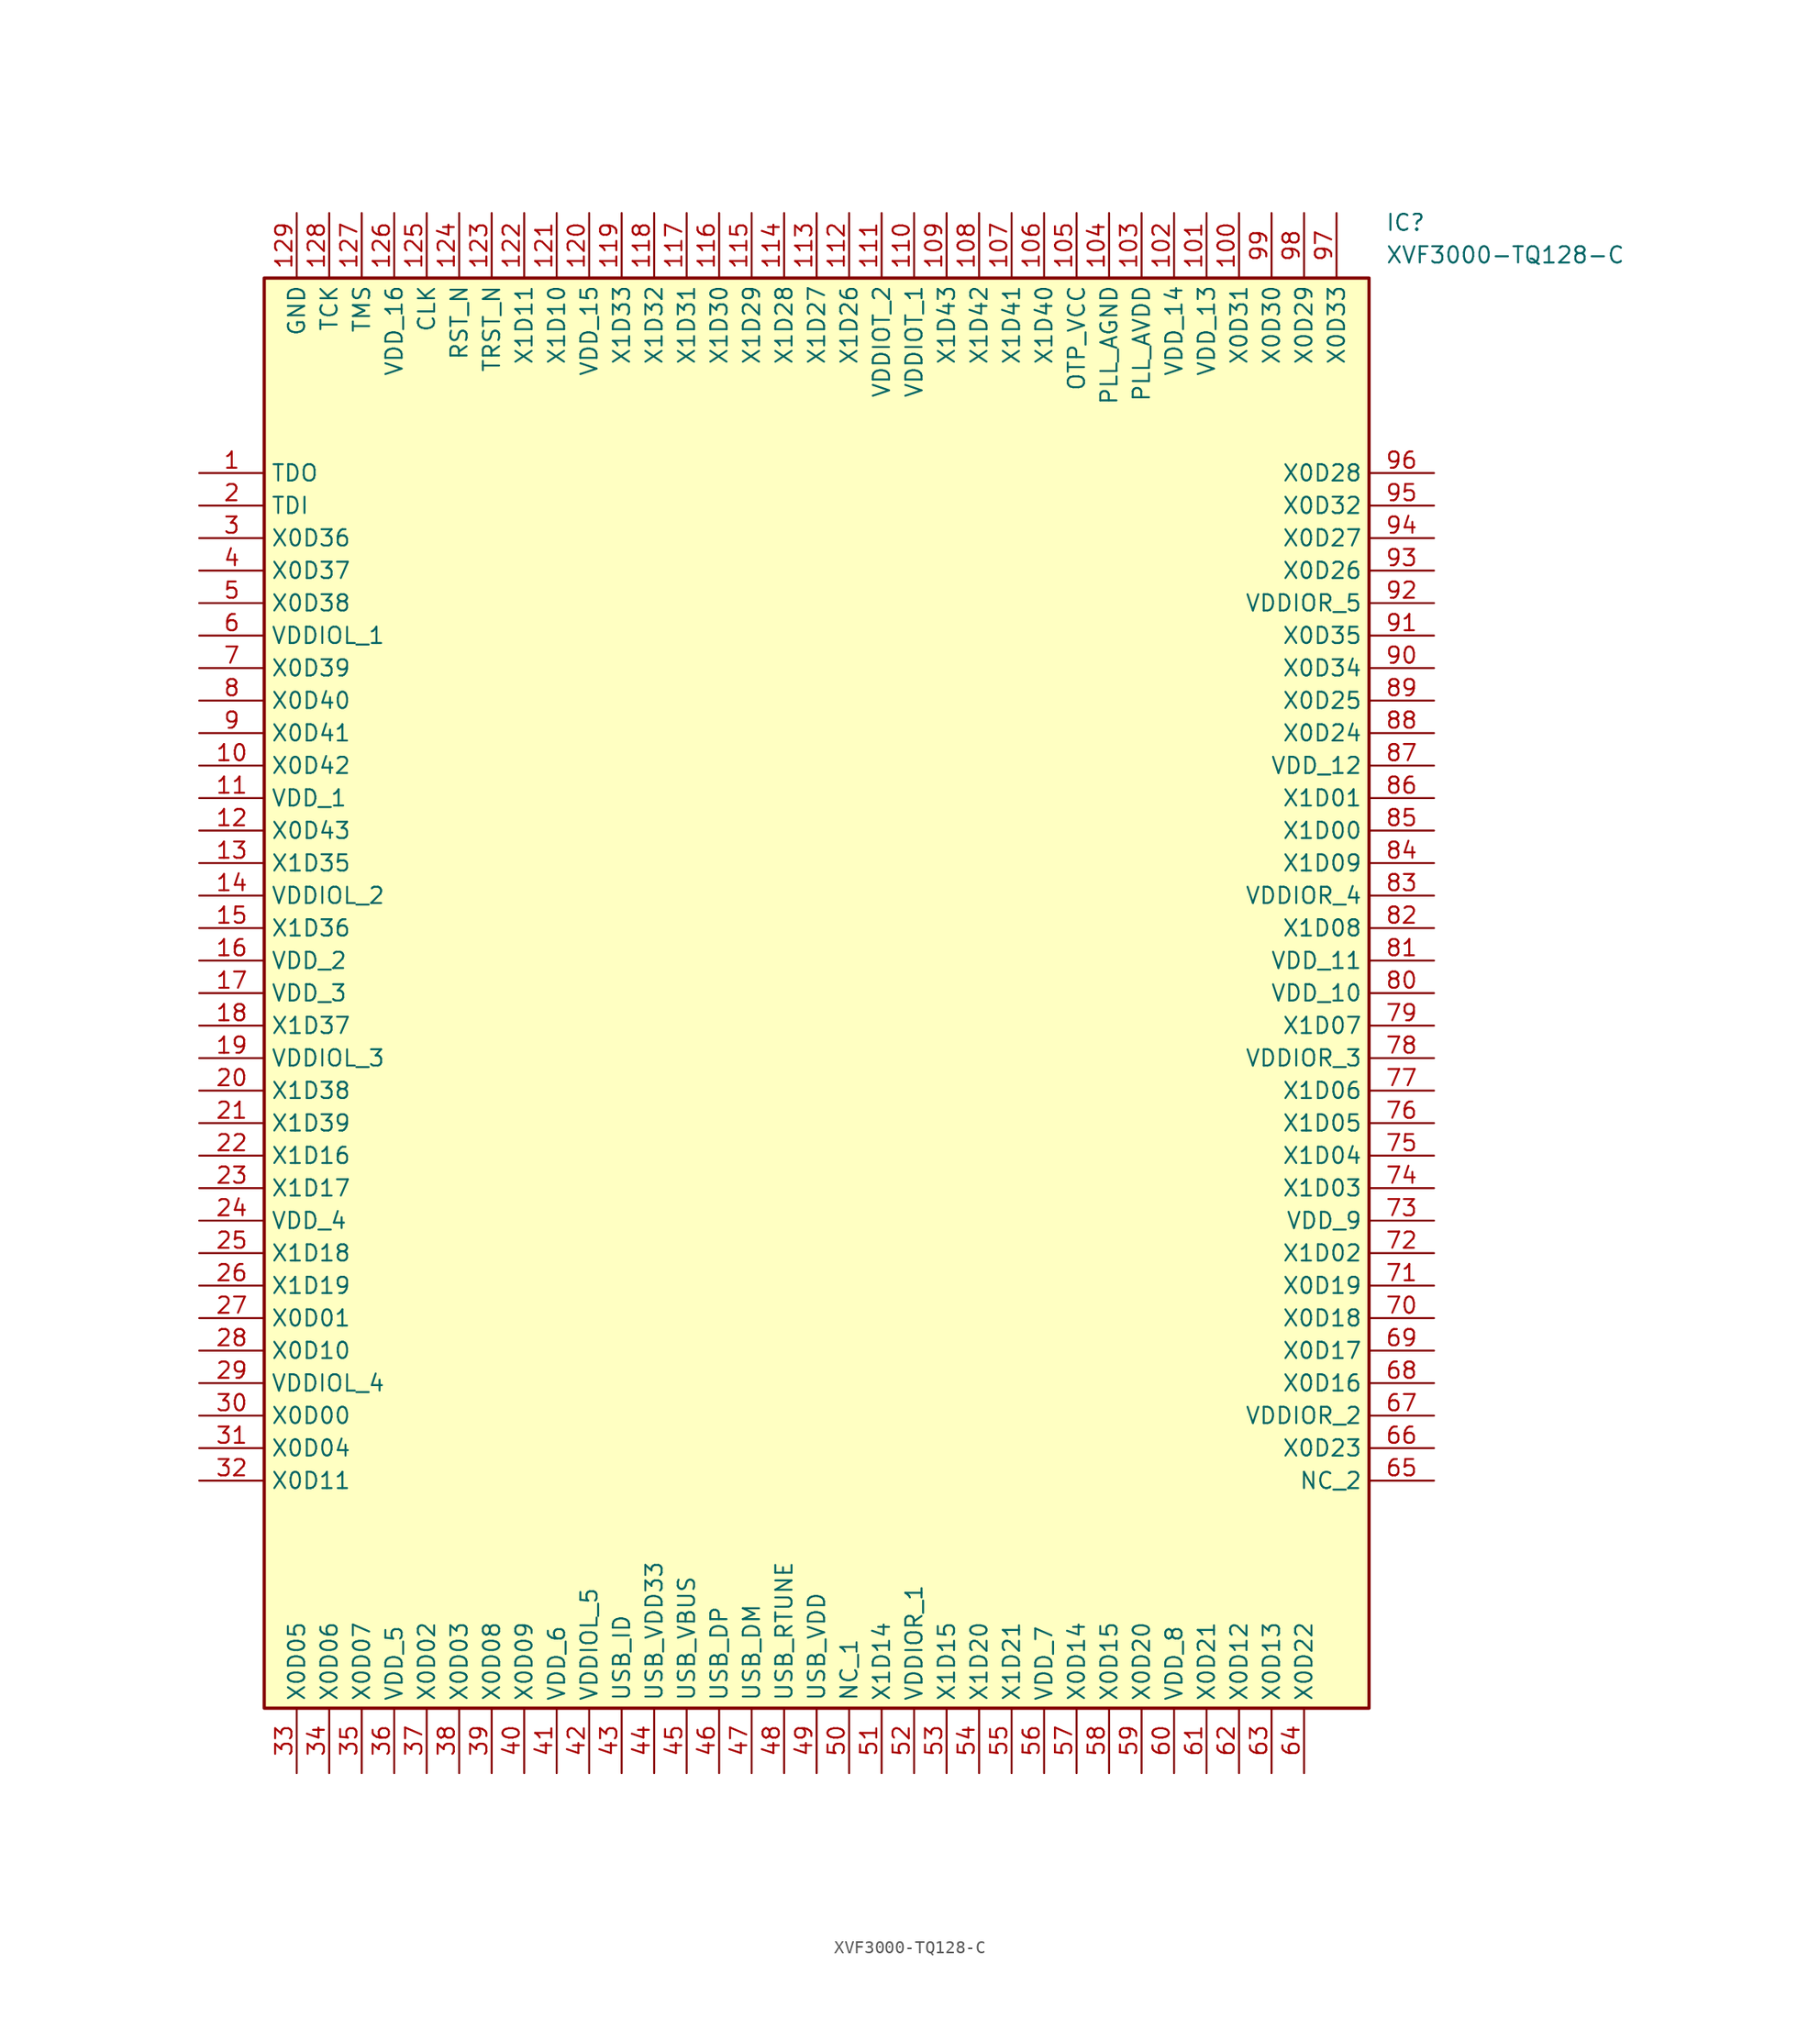
<source format=kicad_sym>
(kicad_symbol_lib
  (version 20211014)
  (generator SamacSys_ECAD_Model)
  (symbol "XVF3000-TQ128-C"
    (property "Reference" "IC"
      (at 92.71 20.32 0)
      (effects (font (size 1.27 1.27)) (justify left top)))
    (property "Value" "XVF3000-TQ128-C"
      (at 92.71 17.78 0)
      (effects (font (size 1.27 1.27)) (justify left top)))
    (rectangle
      (start 5.08 15.24)
      (end 91.44 -96.52)
      (stroke (width 0.254) (type default))
      (fill (type background)))
    (pin passive line
      (at 0 0 0)
      (length 5.08)
      (name "TDO" (effects (font (size 1.27 1.27))))
      (number "1" (effects (font (size 1.27 1.27)))))
    (pin passive line
      (at 0 -2.54 0)
      (length 5.08)
      (name "TDI" (effects (font (size 1.27 1.27))))
      (number "2" (effects (font (size 1.27 1.27)))))
    (pin passive line
      (at 0 -5.08 0)
      (length 5.08)
      (name "X0D36" (effects (font (size 1.27 1.27))))
      (number "3" (effects (font (size 1.27 1.27)))))
    (pin passive line
      (at 0 -7.62 0)
      (length 5.08)
      (name "X0D37" (effects (font (size 1.27 1.27))))
      (number "4" (effects (font (size 1.27 1.27)))))
    (pin passive line
      (at 0 -10.16 0)
      (length 5.08)
      (name "X0D38" (effects (font (size 1.27 1.27))))
      (number "5" (effects (font (size 1.27 1.27)))))
    (pin passive line
      (at 0 -12.7 0)
      (length 5.08)
      (name "VDDIOL_1" (effects (font (size 1.27 1.27))))
      (number "6" (effects (font (size 1.27 1.27)))))
    (pin passive line
      (at 0 -15.24 0)
      (length 5.08)
      (name "X0D39" (effects (font (size 1.27 1.27))))
      (number "7" (effects (font (size 1.27 1.27)))))
    (pin passive line
      (at 0 -17.78 0)
      (length 5.08)
      (name "X0D40" (effects (font (size 1.27 1.27))))
      (number "8" (effects (font (size 1.27 1.27)))))
    (pin passive line
      (at 0 -20.32 0)
      (length 5.08)
      (name "X0D41" (effects (font (size 1.27 1.27))))
      (number "9" (effects (font (size 1.27 1.27)))))
    (pin passive line
      (at 0 -22.86 0)
      (length 5.08)
      (name "X0D42" (effects (font (size 1.27 1.27))))
      (number "10" (effects (font (size 1.27 1.27)))))
    (pin passive line
      (at 0 -25.4 0)
      (length 5.08)
      (name "VDD_1" (effects (font (size 1.27 1.27))))
      (number "11" (effects (font (size 1.27 1.27)))))
    (pin passive line
      (at 0 -27.94 0)
      (length 5.08)
      (name "X0D43" (effects (font (size 1.27 1.27))))
      (number "12" (effects (font (size 1.27 1.27)))))
    (pin passive line
      (at 0 -30.48 0)
      (length 5.08)
      (name "X1D35" (effects (font (size 1.27 1.27))))
      (number "13" (effects (font (size 1.27 1.27)))))
    (pin passive line
      (at 0 -33.02 0)
      (length 5.08)
      (name "VDDIOL_2" (effects (font (size 1.27 1.27))))
      (number "14" (effects (font (size 1.27 1.27)))))
    (pin passive line
      (at 0 -35.56 0)
      (length 5.08)
      (name "X1D36" (effects (font (size 1.27 1.27))))
      (number "15" (effects (font (size 1.27 1.27)))))
    (pin passive line
      (at 0 -38.1 0)
      (length 5.08)
      (name "VDD_2" (effects (font (size 1.27 1.27))))
      (number "16" (effects (font (size 1.27 1.27)))))
    (pin passive line
      (at 0 -40.64 0)
      (length 5.08)
      (name "VDD_3" (effects (font (size 1.27 1.27))))
      (number "17" (effects (font (size 1.27 1.27)))))
    (pin passive line
      (at 0 -43.18 0)
      (length 5.08)
      (name "X1D37" (effects (font (size 1.27 1.27))))
      (number "18" (effects (font (size 1.27 1.27)))))
    (pin passive line
      (at 0 -45.72 0)
      (length 5.08)
      (name "VDDIOL_3" (effects (font (size 1.27 1.27))))
      (number "19" (effects (font (size 1.27 1.27)))))
    (pin passive line
      (at 0 -48.26 0)
      (length 5.08)
      (name "X1D38" (effects (font (size 1.27 1.27))))
      (number "20" (effects (font (size 1.27 1.27)))))
    (pin passive line
      (at 0 -50.8 0)
      (length 5.08)
      (name "X1D39" (effects (font (size 1.27 1.27))))
      (number "21" (effects (font (size 1.27 1.27)))))
    (pin passive line
      (at 0 -53.34 0)
      (length 5.08)
      (name "X1D16" (effects (font (size 1.27 1.27))))
      (number "22" (effects (font (size 1.27 1.27)))))
    (pin passive line
      (at 0 -55.88 0)
      (length 5.08)
      (name "X1D17" (effects (font (size 1.27 1.27))))
      (number "23" (effects (font (size 1.27 1.27)))))
    (pin passive line
      (at 0 -58.42 0)
      (length 5.08)
      (name "VDD_4" (effects (font (size 1.27 1.27))))
      (number "24" (effects (font (size 1.27 1.27)))))
    (pin passive line
      (at 0 -60.96 0)
      (length 5.08)
      (name "X1D18" (effects (font (size 1.27 1.27))))
      (number "25" (effects (font (size 1.27 1.27)))))
    (pin passive line
      (at 0 -63.5 0)
      (length 5.08)
      (name "X1D19" (effects (font (size 1.27 1.27))))
      (number "26" (effects (font (size 1.27 1.27)))))
    (pin passive line
      (at 0 -66.04 0)
      (length 5.08)
      (name "X0D01" (effects (font (size 1.27 1.27))))
      (number "27" (effects (font (size 1.27 1.27)))))
    (pin passive line
      (at 0 -68.58 0)
      (length 5.08)
      (name "X0D10" (effects (font (size 1.27 1.27))))
      (number "28" (effects (font (size 1.27 1.27)))))
    (pin passive line
      (at 0 -71.12 0)
      (length 5.08)
      (name "VDDIOL_4" (effects (font (size 1.27 1.27))))
      (number "29" (effects (font (size 1.27 1.27)))))
    (pin passive line
      (at 0 -73.66 0)
      (length 5.08)
      (name "X0D00" (effects (font (size 1.27 1.27))))
      (number "30" (effects (font (size 1.27 1.27)))))
    (pin passive line
      (at 0 -76.2 0)
      (length 5.08)
      (name "X0D04" (effects (font (size 1.27 1.27))))
      (number "31" (effects (font (size 1.27 1.27)))))
    (pin passive line
      (at 0 -78.74 0)
      (length 5.08)
      (name "X0D11" (effects (font (size 1.27 1.27))))
      (number "32" (effects (font (size 1.27 1.27)))))
    (pin passive line
      (at 7.62 -101.6 90)
      (length 5.08)
      (name "X0D05" (effects (font (size 1.27 1.27))))
      (number "33" (effects (font (size 1.27 1.27)))))
    (pin passive line
      (at 10.16 -101.6 90)
      (length 5.08)
      (name "X0D06" (effects (font (size 1.27 1.27))))
      (number "34" (effects (font (size 1.27 1.27)))))
    (pin passive line
      (at 12.7 -101.6 90)
      (length 5.08)
      (name "X0D07" (effects (font (size 1.27 1.27))))
      (number "35" (effects (font (size 1.27 1.27)))))
    (pin passive line
      (at 15.24 -101.6 90)
      (length 5.08)
      (name "VDD_5" (effects (font (size 1.27 1.27))))
      (number "36" (effects (font (size 1.27 1.27)))))
    (pin passive line
      (at 17.78 -101.6 90)
      (length 5.08)
      (name "X0D02" (effects (font (size 1.27 1.27))))
      (number "37" (effects (font (size 1.27 1.27)))))
    (pin passive line
      (at 20.32 -101.6 90)
      (length 5.08)
      (name "X0D03" (effects (font (size 1.27 1.27))))
      (number "38" (effects (font (size 1.27 1.27)))))
    (pin passive line
      (at 22.86 -101.6 90)
      (length 5.08)
      (name "X0D08" (effects (font (size 1.27 1.27))))
      (number "39" (effects (font (size 1.27 1.27)))))
    (pin passive line
      (at 25.4 -101.6 90)
      (length 5.08)
      (name "X0D09" (effects (font (size 1.27 1.27))))
      (number "40" (effects (font (size 1.27 1.27)))))
    (pin passive line
      (at 27.94 -101.6 90)
      (length 5.08)
      (name "VDD_6" (effects (font (size 1.27 1.27))))
      (number "41" (effects (font (size 1.27 1.27)))))
    (pin passive line
      (at 30.48 -101.6 90)
      (length 5.08)
      (name "VDDIOL_5" (effects (font (size 1.27 1.27))))
      (number "42" (effects (font (size 1.27 1.27)))))
    (pin passive line
      (at 33.02 -101.6 90)
      (length 5.08)
      (name "USB_ID" (effects (font (size 1.27 1.27))))
      (number "43" (effects (font (size 1.27 1.27)))))
    (pin passive line
      (at 35.56 -101.6 90)
      (length 5.08)
      (name "USB_VDD33" (effects (font (size 1.27 1.27))))
      (number "44" (effects (font (size 1.27 1.27)))))
    (pin passive line
      (at 38.1 -101.6 90)
      (length 5.08)
      (name "USB_VBUS" (effects (font (size 1.27 1.27))))
      (number "45" (effects (font (size 1.27 1.27)))))
    (pin passive line
      (at 40.64 -101.6 90)
      (length 5.08)
      (name "USB_DP" (effects (font (size 1.27 1.27))))
      (number "46" (effects (font (size 1.27 1.27)))))
    (pin passive line
      (at 43.18 -101.6 90)
      (length 5.08)
      (name "USB_DM" (effects (font (size 1.27 1.27))))
      (number "47" (effects (font (size 1.27 1.27)))))
    (pin passive line
      (at 45.72 -101.6 90)
      (length 5.08)
      (name "USB_RTUNE" (effects (font (size 1.27 1.27))))
      (number "48" (effects (font (size 1.27 1.27)))))
    (pin passive line
      (at 48.26 -101.6 90)
      (length 5.08)
      (name "USB_VDD" (effects (font (size 1.27 1.27))))
      (number "49" (effects (font (size 1.27 1.27)))))
    (pin passive line
      (at 50.8 -101.6 90)
      (length 5.08)
      (name "NC_1" (effects (font (size 1.27 1.27))))
      (number "50" (effects (font (size 1.27 1.27)))))
    (pin passive line
      (at 53.34 -101.6 90)
      (length 5.08)
      (name "X1D14" (effects (font (size 1.27 1.27))))
      (number "51" (effects (font (size 1.27 1.27)))))
    (pin passive line
      (at 55.88 -101.6 90)
      (length 5.08)
      (name "VDDIOR_1" (effects (font (size 1.27 1.27))))
      (number "52" (effects (font (size 1.27 1.27)))))
    (pin passive line
      (at 58.42 -101.6 90)
      (length 5.08)
      (name "X1D15" (effects (font (size 1.27 1.27))))
      (number "53" (effects (font (size 1.27 1.27)))))
    (pin passive line
      (at 60.96 -101.6 90)
      (length 5.08)
      (name "X1D20" (effects (font (size 1.27 1.27))))
      (number "54" (effects (font (size 1.27 1.27)))))
    (pin passive line
      (at 63.5 -101.6 90)
      (length 5.08)
      (name "X1D21" (effects (font (size 1.27 1.27))))
      (number "55" (effects (font (size 1.27 1.27)))))
    (pin passive line
      (at 66.04 -101.6 90)
      (length 5.08)
      (name "VDD_7" (effects (font (size 1.27 1.27))))
      (number "56" (effects (font (size 1.27 1.27)))))
    (pin passive line
      (at 68.58 -101.6 90)
      (length 5.08)
      (name "X0D14" (effects (font (size 1.27 1.27))))
      (number "57" (effects (font (size 1.27 1.27)))))
    (pin passive line
      (at 71.12 -101.6 90)
      (length 5.08)
      (name "X0D15" (effects (font (size 1.27 1.27))))
      (number "58" (effects (font (size 1.27 1.27)))))
    (pin passive line
      (at 73.66 -101.6 90)
      (length 5.08)
      (name "X0D20" (effects (font (size 1.27 1.27))))
      (number "59" (effects (font (size 1.27 1.27)))))
    (pin passive line
      (at 76.2 -101.6 90)
      (length 5.08)
      (name "VDD_8" (effects (font (size 1.27 1.27))))
      (number "60" (effects (font (size 1.27 1.27)))))
    (pin passive line
      (at 78.74 -101.6 90)
      (length 5.08)
      (name "X0D21" (effects (font (size 1.27 1.27))))
      (number "61" (effects (font (size 1.27 1.27)))))
    (pin passive line
      (at 81.28 -101.6 90)
      (length 5.08)
      (name "X0D12" (effects (font (size 1.27 1.27))))
      (number "62" (effects (font (size 1.27 1.27)))))
    (pin passive line
      (at 83.82 -101.6 90)
      (length 5.08)
      (name "X0D13" (effects (font (size 1.27 1.27))))
      (number "63" (effects (font (size 1.27 1.27)))))
    (pin passive line
      (at 86.36 -101.6 90)
      (length 5.08)
      (name "X0D22" (effects (font (size 1.27 1.27))))
      (number "64" (effects (font (size 1.27 1.27)))))
    (pin passive line
      (at 96.52 0 180)
      (length 5.08)
      (name "X0D28" (effects (font (size 1.27 1.27))))
      (number "96" (effects (font (size 1.27 1.27)))))
    (pin passive line
      (at 96.52 -2.54 180)
      (length 5.08)
      (name "X0D32" (effects (font (size 1.27 1.27))))
      (number "95" (effects (font (size 1.27 1.27)))))
    (pin passive line
      (at 96.52 -5.08 180)
      (length 5.08)
      (name "X0D27" (effects (font (size 1.27 1.27))))
      (number "94" (effects (font (size 1.27 1.27)))))
    (pin passive line
      (at 96.52 -7.62 180)
      (length 5.08)
      (name "X0D26" (effects (font (size 1.27 1.27))))
      (number "93" (effects (font (size 1.27 1.27)))))
    (pin passive line
      (at 96.52 -10.16 180)
      (length 5.08)
      (name "VDDIOR_5" (effects (font (size 1.27 1.27))))
      (number "92" (effects (font (size 1.27 1.27)))))
    (pin passive line
      (at 96.52 -12.7 180)
      (length 5.08)
      (name "X0D35" (effects (font (size 1.27 1.27))))
      (number "91" (effects (font (size 1.27 1.27)))))
    (pin passive line
      (at 96.52 -15.24 180)
      (length 5.08)
      (name "X0D34" (effects (font (size 1.27 1.27))))
      (number "90" (effects (font (size 1.27 1.27)))))
    (pin passive line
      (at 96.52 -17.78 180)
      (length 5.08)
      (name "X0D25" (effects (font (size 1.27 1.27))))
      (number "89" (effects (font (size 1.27 1.27)))))
    (pin passive line
      (at 96.52 -20.32 180)
      (length 5.08)
      (name "X0D24" (effects (font (size 1.27 1.27))))
      (number "88" (effects (font (size 1.27 1.27)))))
    (pin passive line
      (at 96.52 -22.86 180)
      (length 5.08)
      (name "VDD_12" (effects (font (size 1.27 1.27))))
      (number "87" (effects (font (size 1.27 1.27)))))
    (pin passive line
      (at 96.52 -25.4 180)
      (length 5.08)
      (name "X1D01" (effects (font (size 1.27 1.27))))
      (number "86" (effects (font (size 1.27 1.27)))))
    (pin passive line
      (at 96.52 -27.94 180)
      (length 5.08)
      (name "X1D00" (effects (font (size 1.27 1.27))))
      (number "85" (effects (font (size 1.27 1.27)))))
    (pin passive line
      (at 96.52 -30.48 180)
      (length 5.08)
      (name "X1D09" (effects (font (size 1.27 1.27))))
      (number "84" (effects (font (size 1.27 1.27)))))
    (pin passive line
      (at 96.52 -33.02 180)
      (length 5.08)
      (name "VDDIOR_4" (effects (font (size 1.27 1.27))))
      (number "83" (effects (font (size 1.27 1.27)))))
    (pin passive line
      (at 96.52 -35.56 180)
      (length 5.08)
      (name "X1D08" (effects (font (size 1.27 1.27))))
      (number "82" (effects (font (size 1.27 1.27)))))
    (pin passive line
      (at 96.52 -38.1 180)
      (length 5.08)
      (name "VDD_11" (effects (font (size 1.27 1.27))))
      (number "81" (effects (font (size 1.27 1.27)))))
    (pin passive line
      (at 96.52 -40.64 180)
      (length 5.08)
      (name "VDD_10" (effects (font (size 1.27 1.27))))
      (number "80" (effects (font (size 1.27 1.27)))))
    (pin passive line
      (at 96.52 -43.18 180)
      (length 5.08)
      (name "X1D07" (effects (font (size 1.27 1.27))))
      (number "79" (effects (font (size 1.27 1.27)))))
    (pin passive line
      (at 96.52 -45.72 180)
      (length 5.08)
      (name "VDDIOR_3" (effects (font (size 1.27 1.27))))
      (number "78" (effects (font (size 1.27 1.27)))))
    (pin passive line
      (at 96.52 -48.26 180)
      (length 5.08)
      (name "X1D06" (effects (font (size 1.27 1.27))))
      (number "77" (effects (font (size 1.27 1.27)))))
    (pin passive line
      (at 96.52 -50.8 180)
      (length 5.08)
      (name "X1D05" (effects (font (size 1.27 1.27))))
      (number "76" (effects (font (size 1.27 1.27)))))
    (pin passive line
      (at 96.52 -53.34 180)
      (length 5.08)
      (name "X1D04" (effects (font (size 1.27 1.27))))
      (number "75" (effects (font (size 1.27 1.27)))))
    (pin passive line
      (at 96.52 -55.88 180)
      (length 5.08)
      (name "X1D03" (effects (font (size 1.27 1.27))))
      (number "74" (effects (font (size 1.27 1.27)))))
    (pin passive line
      (at 96.52 -58.42 180)
      (length 5.08)
      (name "VDD_9" (effects (font (size 1.27 1.27))))
      (number "73" (effects (font (size 1.27 1.27)))))
    (pin passive line
      (at 96.52 -60.96 180)
      (length 5.08)
      (name "X1D02" (effects (font (size 1.27 1.27))))
      (number "72" (effects (font (size 1.27 1.27)))))
    (pin passive line
      (at 96.52 -63.5 180)
      (length 5.08)
      (name "X0D19" (effects (font (size 1.27 1.27))))
      (number "71" (effects (font (size 1.27 1.27)))))
    (pin passive line
      (at 96.52 -66.04 180)
      (length 5.08)
      (name "X0D18" (effects (font (size 1.27 1.27))))
      (number "70" (effects (font (size 1.27 1.27)))))
    (pin passive line
      (at 96.52 -68.58 180)
      (length 5.08)
      (name "X0D17" (effects (font (size 1.27 1.27))))
      (number "69" (effects (font (size 1.27 1.27)))))
    (pin passive line
      (at 96.52 -71.12 180)
      (length 5.08)
      (name "X0D16" (effects (font (size 1.27 1.27))))
      (number "68" (effects (font (size 1.27 1.27)))))
    (pin passive line
      (at 96.52 -73.66 180)
      (length 5.08)
      (name "VDDIOR_2" (effects (font (size 1.27 1.27))))
      (number "67" (effects (font (size 1.27 1.27)))))
    (pin passive line
      (at 96.52 -76.2 180)
      (length 5.08)
      (name "X0D23" (effects (font (size 1.27 1.27))))
      (number "66" (effects (font (size 1.27 1.27)))))
    (pin passive line
      (at 96.52 -78.74 180)
      (length 5.08)
      (name "NC_2" (effects (font (size 1.27 1.27))))
      (number "65" (effects (font (size 1.27 1.27)))))
    (pin passive line
      (at 7.62 20.32 270)
      (length 5.08)
      (name "GND" (effects (font (size 1.27 1.27))))
      (number "129" (effects (font (size 1.27 1.27)))))
    (pin passive line
      (at 10.16 20.32 270)
      (length 5.08)
      (name "TCK" (effects (font (size 1.27 1.27))))
      (number "128" (effects (font (size 1.27 1.27)))))
    (pin passive line
      (at 12.7 20.32 270)
      (length 5.08)
      (name "TMS" (effects (font (size 1.27 1.27))))
      (number "127" (effects (font (size 1.27 1.27)))))
    (pin passive line
      (at 15.24 20.32 270)
      (length 5.08)
      (name "VDD_16" (effects (font (size 1.27 1.27))))
      (number "126" (effects (font (size 1.27 1.27)))))
    (pin passive line
      (at 17.78 20.32 270)
      (length 5.08)
      (name "CLK" (effects (font (size 1.27 1.27))))
      (number "125" (effects (font (size 1.27 1.27)))))
    (pin passive line
      (at 20.32 20.32 270)
      (length 5.08)
      (name "RST_N" (effects (font (size 1.27 1.27))))
      (number "124" (effects (font (size 1.27 1.27)))))
    (pin passive line
      (at 22.86 20.32 270)
      (length 5.08)
      (name "TRST_N" (effects (font (size 1.27 1.27))))
      (number "123" (effects (font (size 1.27 1.27)))))
    (pin passive line
      (at 25.4 20.32 270)
      (length 5.08)
      (name "X1D11" (effects (font (size 1.27 1.27))))
      (number "122" (effects (font (size 1.27 1.27)))))
    (pin passive line
      (at 27.94 20.32 270)
      (length 5.08)
      (name "X1D10" (effects (font (size 1.27 1.27))))
      (number "121" (effects (font (size 1.27 1.27)))))
    (pin passive line
      (at 30.48 20.32 270)
      (length 5.08)
      (name "VDD_15" (effects (font (size 1.27 1.27))))
      (number "120" (effects (font (size 1.27 1.27)))))
    (pin passive line
      (at 33.02 20.32 270)
      (length 5.08)
      (name "X1D33" (effects (font (size 1.27 1.27))))
      (number "119" (effects (font (size 1.27 1.27)))))
    (pin passive line
      (at 35.56 20.32 270)
      (length 5.08)
      (name "X1D32" (effects (font (size 1.27 1.27))))
      (number "118" (effects (font (size 1.27 1.27)))))
    (pin passive line
      (at 38.1 20.32 270)
      (length 5.08)
      (name "X1D31" (effects (font (size 1.27 1.27))))
      (number "117" (effects (font (size 1.27 1.27)))))
    (pin passive line
      (at 40.64 20.32 270)
      (length 5.08)
      (name "X1D30" (effects (font (size 1.27 1.27))))
      (number "116" (effects (font (size 1.27 1.27)))))
    (pin passive line
      (at 43.18 20.32 270)
      (length 5.08)
      (name "X1D29" (effects (font (size 1.27 1.27))))
      (number "115" (effects (font (size 1.27 1.27)))))
    (pin passive line
      (at 45.72 20.32 270)
      (length 5.08)
      (name "X1D28" (effects (font (size 1.27 1.27))))
      (number "114" (effects (font (size 1.27 1.27)))))
    (pin passive line
      (at 48.26 20.32 270)
      (length 5.08)
      (name "X1D27" (effects (font (size 1.27 1.27))))
      (number "113" (effects (font (size 1.27 1.27)))))
    (pin passive line
      (at 50.8 20.32 270)
      (length 5.08)
      (name "X1D26" (effects (font (size 1.27 1.27))))
      (number "112" (effects (font (size 1.27 1.27)))))
    (pin passive line
      (at 53.34 20.32 270)
      (length 5.08)
      (name "VDDIOT_2" (effects (font (size 1.27 1.27))))
      (number "111" (effects (font (size 1.27 1.27)))))
    (pin passive line
      (at 55.88 20.32 270)
      (length 5.08)
      (name "VDDIOT_1" (effects (font (size 1.27 1.27))))
      (number "110" (effects (font (size 1.27 1.27)))))
    (pin passive line
      (at 58.42 20.32 270)
      (length 5.08)
      (name "X1D43" (effects (font (size 1.27 1.27))))
      (number "109" (effects (font (size 1.27 1.27)))))
    (pin passive line
      (at 60.96 20.32 270)
      (length 5.08)
      (name "X1D42" (effects (font (size 1.27 1.27))))
      (number "108" (effects (font (size 1.27 1.27)))))
    (pin passive line
      (at 63.5 20.32 270)
      (length 5.08)
      (name "X1D41" (effects (font (size 1.27 1.27))))
      (number "107" (effects (font (size 1.27 1.27)))))
    (pin passive line
      (at 66.04 20.32 270)
      (length 5.08)
      (name "X1D40" (effects (font (size 1.27 1.27))))
      (number "106" (effects (font (size 1.27 1.27)))))
    (pin passive line
      (at 68.58 20.32 270)
      (length 5.08)
      (name "OTP_VCC" (effects (font (size 1.27 1.27))))
      (number "105" (effects (font (size 1.27 1.27)))))
    (pin passive line
      (at 71.12 20.32 270)
      (length 5.08)
      (name "PLL_AGND" (effects (font (size 1.27 1.27))))
      (number "104" (effects (font (size 1.27 1.27)))))
    (pin passive line
      (at 73.66 20.32 270)
      (length 5.08)
      (name "PLL_AVDD" (effects (font (size 1.27 1.27))))
      (number "103" (effects (font (size 1.27 1.27)))))
    (pin passive line
      (at 76.2 20.32 270)
      (length 5.08)
      (name "VDD_14" (effects (font (size 1.27 1.27))))
      (number "102" (effects (font (size 1.27 1.27)))))
    (pin passive line
      (at 78.74 20.32 270)
      (length 5.08)
      (name "VDD_13" (effects (font (size 1.27 1.27))))
      (number "101" (effects (font (size 1.27 1.27)))))
    (pin passive line
      (at 81.28 20.32 270)
      (length 5.08)
      (name "X0D31" (effects (font (size 1.27 1.27))))
      (number "100" (effects (font (size 1.27 1.27)))))
    (pin passive line
      (at 83.82 20.32 270)
      (length 5.08)
      (name "X0D30" (effects (font (size 1.27 1.27))))
      (number "99" (effects (font (size 1.27 1.27)))))
    (pin passive line
      (at 86.36 20.32 270)
      (length 5.08)
      (name "X0D29" (effects (font (size 1.27 1.27))))
      (number "98" (effects (font (size 1.27 1.27)))))
    (pin passive line
      (at 88.9 20.32 270)
      (length 5.08)
      (name "X0D33" (effects (font (size 1.27 1.27))))
      (number "97" (effects (font (size 1.27 1.27)))))))
</source>
